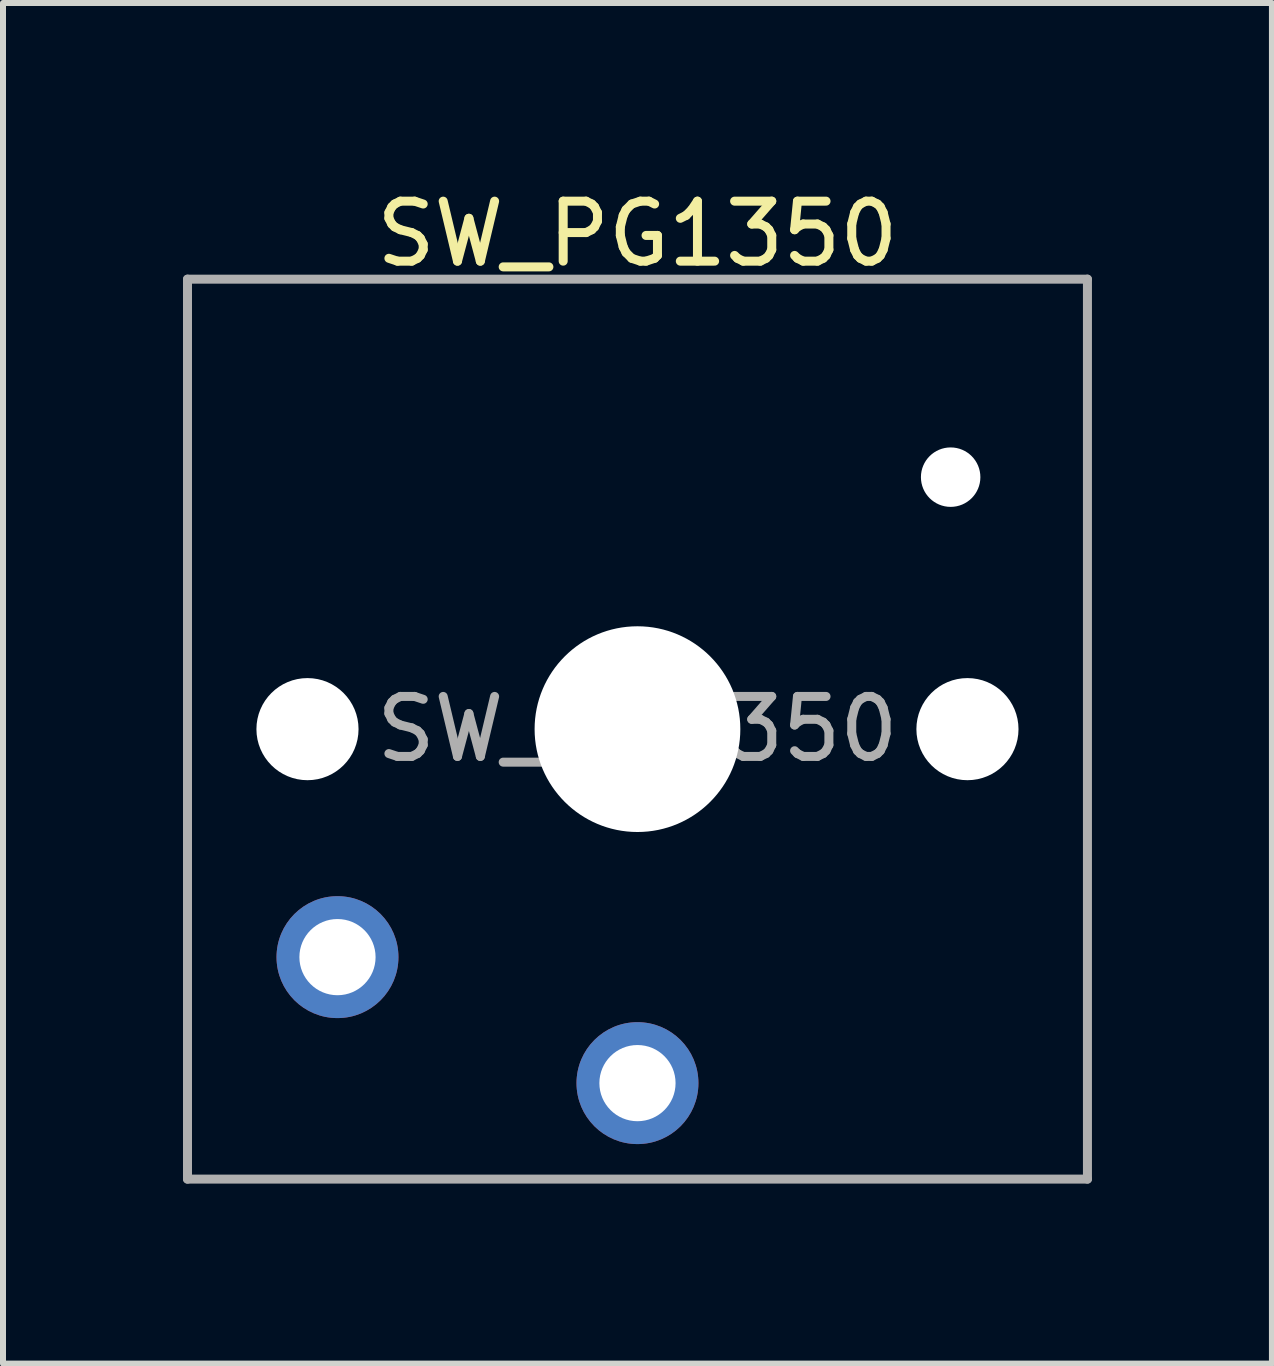
<source format=kicad_pcb>
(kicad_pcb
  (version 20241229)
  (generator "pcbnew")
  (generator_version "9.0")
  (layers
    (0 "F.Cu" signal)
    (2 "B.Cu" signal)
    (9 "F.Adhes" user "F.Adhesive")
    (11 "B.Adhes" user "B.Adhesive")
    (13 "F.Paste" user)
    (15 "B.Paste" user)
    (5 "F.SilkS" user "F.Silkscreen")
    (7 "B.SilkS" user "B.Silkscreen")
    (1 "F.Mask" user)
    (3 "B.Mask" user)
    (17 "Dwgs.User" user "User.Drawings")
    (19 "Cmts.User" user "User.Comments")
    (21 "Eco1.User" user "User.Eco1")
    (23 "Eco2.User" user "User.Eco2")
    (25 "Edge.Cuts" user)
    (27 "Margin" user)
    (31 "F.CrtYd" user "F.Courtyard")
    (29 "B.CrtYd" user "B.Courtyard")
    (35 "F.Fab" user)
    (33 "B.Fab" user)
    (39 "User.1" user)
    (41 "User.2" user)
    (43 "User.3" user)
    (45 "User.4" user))
  (footprint "SW_PG1350"
    (layer "F.Cu")
    (at 7.575 9.103)
    (property "Reference" "SW_PG1350" (at 0 -8.255 0) (layer "F.SilkS") (effects (font (size 1 1) (thickness 0.15))))
    (attr through_hole)
    (fp_line (start -6.9 6.9) (end -6.9 -6.9) (stroke (width 0.15) (type solid)) (layer "Eco2.User"))
    (fp_line (start -6.9 6.9) (end 6.9 6.9) (stroke (width 0.15) (type solid)) (layer "Eco2.User"))
    (fp_line (start -2.6 -3.1) (end -2.6 -6.3) (stroke (width 0.15) (type solid)) (layer "Eco2.User"))
    (fp_line (start -2.6 -3.1) (end 2.6 -3.1) (stroke (width 0.15) (type solid)) (layer "Eco2.User"))
    (fp_line (start 2.6 -6.3) (end -2.6 -6.3) (stroke (width 0.15) (type solid)) (layer "Eco2.User"))
    (fp_line (start 2.6 -3.1) (end 2.6 -6.3) (stroke (width 0.15) (type solid)) (layer "Eco2.User"))
    (fp_line (start 6.9 -6.9) (end -6.9 -6.9) (stroke (width 0.15) (type solid)) (layer "Eco2.User"))
    (fp_line (start 6.9 -6.9) (end 6.9 6.9) (stroke (width 0.15) (type solid)) (layer "Eco2.User"))
    (fp_line (start -7.5 -7.5) (end 7.5 -7.5) (stroke (width 0.15) (type solid)) (layer "F.Fab"))
    (fp_line (start -7.5 7.5) (end -7.5 -7.5) (stroke (width 0.15) (type solid)) (layer "F.Fab"))
    (fp_line (start 7.5 -7.5) (end 7.5 7.5) (stroke (width 0.15) (type solid)) (layer "F.Fab"))
    (fp_line (start 7.5 7.5) (end -7.5 7.5) (stroke (width 0.15) (type solid)) (layer "F.Fab"))
    (fp_text user "${REFERENCE}" (at 0 0 0) (layer "F.Fab") (effects (font (size 1 1) (thickness 0.15))))
    (pad "" np_thru_hole circle (at -5.5 0) (size 1.702 1.702) (drill 1.702) (layers "*.Cu" "*.Mask"))
    (pad "" np_thru_hole circle (at 0 0) (size 3.429 3.429) (drill 3.429) (layers "*.Cu" "*.Mask"))
    (pad "" np_thru_hole circle (at 5.22 -4.2) (size 0.991 0.991) (drill 0.991) (layers "*.Cu" "*.Mask"))
    (pad "" np_thru_hole circle (at 5.5 0) (size 1.702 1.702) (drill 1.702) (layers "*.Cu" "*.Mask"))
    (pad "1" thru_hole circle (at 0 5.9) (size 2.032 2.032) (drill 1.27) (layers "*.Cu" "*.Mask"))
    (pad "2" thru_hole circle (at -5 3.8) (size 2.032 2.032) (drill 1.27) (layers "*.Cu" "*.Mask")))
  (gr_rect
    (start -3 -3)
    (end 18.15 19.678)
    (stroke (width 0.1) (type default))
    (fill no)
    (layer "Edge.Cuts")))
</source>
